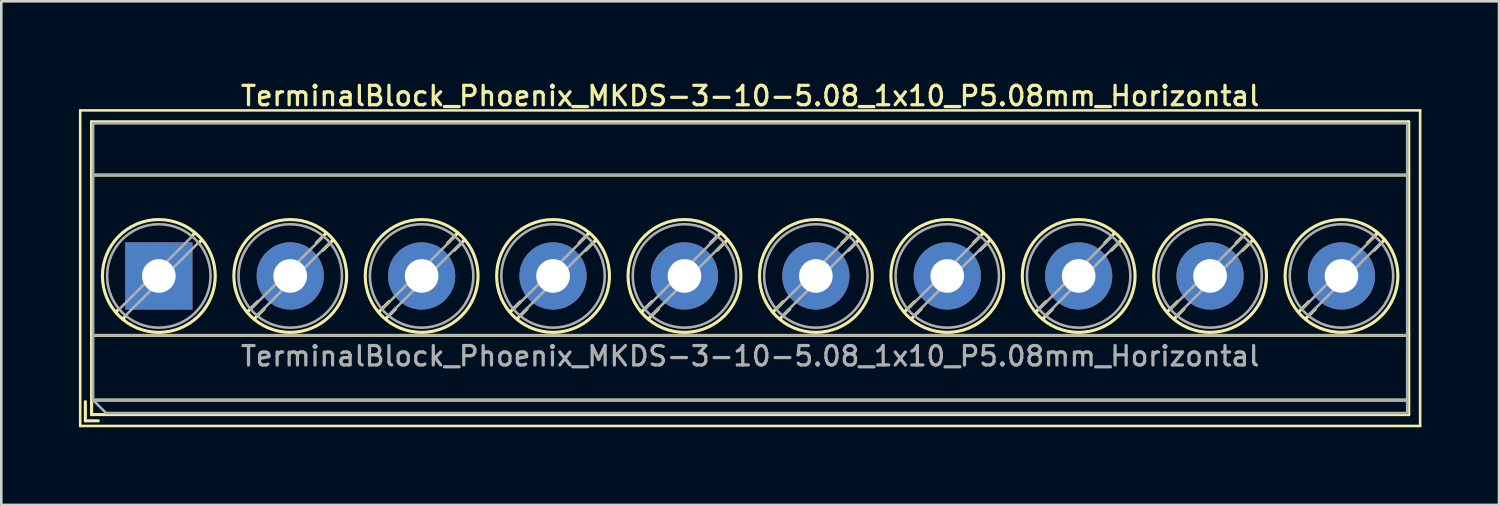
<source format=kicad_pcb>
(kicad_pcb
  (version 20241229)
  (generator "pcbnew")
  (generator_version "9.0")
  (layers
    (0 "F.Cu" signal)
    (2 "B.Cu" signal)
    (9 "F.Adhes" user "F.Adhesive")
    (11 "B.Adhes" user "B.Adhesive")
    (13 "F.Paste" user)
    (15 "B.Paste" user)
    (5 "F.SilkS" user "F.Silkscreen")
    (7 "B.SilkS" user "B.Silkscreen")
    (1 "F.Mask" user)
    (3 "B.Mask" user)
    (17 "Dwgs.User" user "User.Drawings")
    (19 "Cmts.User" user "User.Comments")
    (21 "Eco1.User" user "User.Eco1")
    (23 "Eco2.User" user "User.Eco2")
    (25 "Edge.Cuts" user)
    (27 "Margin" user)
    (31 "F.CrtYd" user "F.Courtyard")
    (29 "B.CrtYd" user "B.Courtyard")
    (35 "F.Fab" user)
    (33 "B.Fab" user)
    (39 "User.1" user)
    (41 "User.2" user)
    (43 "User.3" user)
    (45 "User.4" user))
  (footprint "TerminalBlock_Phoenix_MKDS-3-10-5.08_1x10_P5.08mm_Horizontal"
    (layer "F.Cu")
    (at 3.09 7.618)
    (property "Reference" "TerminalBlock_Phoenix_MKDS-3-10-5.08_1x10_P5.08mm_Horizontal" (at 22.86 -6.96 0) (layer "F.SilkS") (effects (font (size 0.75 0.75) (thickness 0.125))))
    (attr through_hole)
    (fp_line (start -3.04 -6.4) (end -3.04 5.8) (stroke (width 0.1) (type solid)) (layer "F.SilkS"))
    (fp_line (start -3.04 5.8) (end 48.76 5.8) (stroke (width 0.1) (type solid)) (layer "F.SilkS"))
    (fp_line (start -2.84 4.86) (end -2.84 5.6) (stroke (width 0.12) (type solid)) (layer "F.SilkS"))
    (fp_line (start -2.84 5.6) (end -2.34 5.6) (stroke (width 0.12) (type solid)) (layer "F.SilkS"))
    (fp_line (start -2.6 -5.96) (end -2.6 5.36) (stroke (width 0.12) (type solid)) (layer "F.SilkS"))
    (fp_line (start -2.6 -5.96) (end 48.32 -5.96) (stroke (width 0.12) (type solid)) (layer "F.SilkS"))
    (fp_line (start -2.6 -3.9) (end 48.32 -3.9) (stroke (width 0.12) (type solid)) (layer "F.SilkS"))
    (fp_line (start -2.6 2.3) (end 48.32 2.3) (stroke (width 0.12) (type solid)) (layer "F.SilkS"))
    (fp_line (start -2.6 4.8) (end 48.32 4.8) (stroke (width 0.12) (type solid)) (layer "F.SilkS"))
    (fp_line (start -2.6 5.36) (end 48.32 5.36) (stroke (width 0.12) (type solid)) (layer "F.SilkS"))
    (fp_line (start -1.548 1.281) (end -1.654 1.388) (stroke (width 0.12) (type solid)) (layer "F.SilkS"))
    (fp_line (start -1.282 1.547) (end -1.388 1.654) (stroke (width 0.12) (type solid)) (layer "F.SilkS"))
    (fp_line (start 1.388 -1.654) (end 1.281 -1.547) (stroke (width 0.12) (type solid)) (layer "F.SilkS"))
    (fp_line (start 1.654 -1.388) (end 1.547 -1.281) (stroke (width 0.12) (type solid)) (layer "F.SilkS"))
    (fp_line (start 3.822 0.992) (end 3.427 1.388) (stroke (width 0.12) (type solid)) (layer "F.SilkS"))
    (fp_line (start 4.073 1.274) (end 3.693 1.654) (stroke (width 0.12) (type solid)) (layer "F.SilkS"))
    (fp_line (start 6.468 -1.654) (end 6.088 -1.274) (stroke (width 0.12) (type solid)) (layer "F.SilkS"))
    (fp_line (start 6.734 -1.388) (end 6.339 -0.992) (stroke (width 0.12) (type solid)) (layer "F.SilkS"))
    (fp_line (start 8.902 0.992) (end 8.507 1.388) (stroke (width 0.12) (type solid)) (layer "F.SilkS"))
    (fp_line (start 9.153 1.274) (end 8.773 1.654) (stroke (width 0.12) (type solid)) (layer "F.SilkS"))
    (fp_line (start 11.548 -1.654) (end 11.168 -1.274) (stroke (width 0.12) (type solid)) (layer "F.SilkS"))
    (fp_line (start 11.814 -1.388) (end 11.419 -0.992) (stroke (width 0.12) (type solid)) (layer "F.SilkS"))
    (fp_line (start 13.982 0.992) (end 13.587 1.388) (stroke (width 0.12) (type solid)) (layer "F.SilkS"))
    (fp_line (start 14.233 1.274) (end 13.853 1.654) (stroke (width 0.12) (type solid)) (layer "F.SilkS"))
    (fp_line (start 16.628 -1.654) (end 16.248 -1.274) (stroke (width 0.12) (type solid)) (layer "F.SilkS"))
    (fp_line (start 16.894 -1.388) (end 16.499 -0.992) (stroke (width 0.12) (type solid)) (layer "F.SilkS"))
    (fp_line (start 19.062 0.992) (end 18.667 1.388) (stroke (width 0.12) (type solid)) (layer "F.SilkS"))
    (fp_line (start 19.313 1.274) (end 18.933 1.654) (stroke (width 0.12) (type solid)) (layer "F.SilkS"))
    (fp_line (start 21.708 -1.654) (end 21.328 -1.274) (stroke (width 0.12) (type solid)) (layer "F.SilkS"))
    (fp_line (start 21.974 -1.388) (end 21.579 -0.992) (stroke (width 0.12) (type solid)) (layer "F.SilkS"))
    (fp_line (start 24.142 0.992) (end 23.747 1.388) (stroke (width 0.12) (type solid)) (layer "F.SilkS"))
    (fp_line (start 24.393 1.274) (end 24.013 1.654) (stroke (width 0.12) (type solid)) (layer "F.SilkS"))
    (fp_line (start 26.788 -1.654) (end 26.408 -1.274) (stroke (width 0.12) (type solid)) (layer "F.SilkS"))
    (fp_line (start 27.054 -1.388) (end 26.659 -0.992) (stroke (width 0.12) (type solid)) (layer "F.SilkS"))
    (fp_line (start 29.222 0.992) (end 28.827 1.388) (stroke (width 0.12) (type solid)) (layer "F.SilkS"))
    (fp_line (start 29.473 1.274) (end 29.093 1.654) (stroke (width 0.12) (type solid)) (layer "F.SilkS"))
    (fp_line (start 31.868 -1.654) (end 31.488 -1.274) (stroke (width 0.12) (type solid)) (layer "F.SilkS"))
    (fp_line (start 32.134 -1.388) (end 31.739 -0.992) (stroke (width 0.12) (type solid)) (layer "F.SilkS"))
    (fp_line (start 34.302 0.992) (end 33.907 1.388) (stroke (width 0.12) (type solid)) (layer "F.SilkS"))
    (fp_line (start 34.553 1.274) (end 34.173 1.654) (stroke (width 0.12) (type solid)) (layer "F.SilkS"))
    (fp_line (start 36.948 -1.654) (end 36.568 -1.274) (stroke (width 0.12) (type solid)) (layer "F.SilkS"))
    (fp_line (start 37.214 -1.388) (end 36.819 -0.992) (stroke (width 0.12) (type solid)) (layer "F.SilkS"))
    (fp_line (start 39.382 0.992) (end 38.987 1.388) (stroke (width 0.12) (type solid)) (layer "F.SilkS"))
    (fp_line (start 39.633 1.274) (end 39.253 1.654) (stroke (width 0.12) (type solid)) (layer "F.SilkS"))
    (fp_line (start 42.028 -1.654) (end 41.648 -1.274) (stroke (width 0.12) (type solid)) (layer "F.SilkS"))
    (fp_line (start 42.294 -1.388) (end 41.899 -0.992) (stroke (width 0.12) (type solid)) (layer "F.SilkS"))
    (fp_line (start 44.462 0.992) (end 44.067 1.388) (stroke (width 0.12) (type solid)) (layer "F.SilkS"))
    (fp_line (start 44.713 1.274) (end 44.333 1.654) (stroke (width 0.12) (type solid)) (layer "F.SilkS"))
    (fp_line (start 47.108 -1.654) (end 46.728 -1.274) (stroke (width 0.12) (type solid)) (layer "F.SilkS"))
    (fp_line (start 47.374 -1.388) (end 46.979 -0.992) (stroke (width 0.12) (type solid)) (layer "F.SilkS"))
    (fp_line (start 48.32 -5.96) (end 48.32 5.36) (stroke (width 0.12) (type solid)) (layer "F.SilkS"))
    (fp_line (start 48.76 -6.4) (end -3.04 -6.4) (stroke (width 0.1) (type solid)) (layer "F.SilkS"))
    (fp_line (start 48.76 5.8) (end 48.76 -6.4) (stroke (width 0.1) (type solid)) (layer "F.SilkS"))
    (fp_circle (center 0 0) (end 2.18 0) (stroke (width 0.12) (type solid)) (fill no) (layer "F.SilkS"))
    (fp_circle (center 5.08 0) (end 7.26 0) (stroke (width 0.12) (type solid)) (fill no) (layer "F.SilkS"))
    (fp_circle (center 10.16 0) (end 12.34 0) (stroke (width 0.12) (type solid)) (fill no) (layer "F.SilkS"))
    (fp_circle (center 15.24 0) (end 17.42 0) (stroke (width 0.12) (type solid)) (fill no) (layer "F.SilkS"))
    (fp_circle (center 20.32 0) (end 22.5 0) (stroke (width 0.12) (type solid)) (fill no) (layer "F.SilkS"))
    (fp_circle (center 25.4 0) (end 27.58 0) (stroke (width 0.12) (type solid)) (fill no) (layer "F.SilkS"))
    (fp_circle (center 30.48 0) (end 32.66 0) (stroke (width 0.12) (type solid)) (fill no) (layer "F.SilkS"))
    (fp_circle (center 35.56 0) (end 37.74 0) (stroke (width 0.12) (type solid)) (fill no) (layer "F.SilkS"))
    (fp_circle (center 40.64 0) (end 42.82 0) (stroke (width 0.12) (type solid)) (fill no) (layer "F.SilkS"))
    (fp_circle (center 45.72 0) (end 47.9 0) (stroke (width 0.12) (type solid)) (fill no) (layer "F.SilkS"))
    (fp_line (start -2.54 -5.9) (end 48.26 -5.9) (stroke (width 0.1) (type solid)) (layer "F.Fab"))
    (fp_line (start -2.54 -3.9) (end 48.26 -3.9) (stroke (width 0.1) (type solid)) (layer "F.Fab"))
    (fp_line (start -2.54 2.3) (end 48.26 2.3) (stroke (width 0.1) (type solid)) (layer "F.Fab"))
    (fp_line (start -2.54 4.8) (end -2.54 -5.9) (stroke (width 0.1) (type solid)) (layer "F.Fab"))
    (fp_line (start -2.54 4.8) (end 48.26 4.8) (stroke (width 0.1) (type solid)) (layer "F.Fab"))
    (fp_line (start -2.04 5.3) (end -2.54 4.8) (stroke (width 0.1) (type solid)) (layer "F.Fab"))
    (fp_line (start 1.273 -1.517) (end -1.517 1.273) (stroke (width 0.1) (type solid)) (layer "F.Fab"))
    (fp_line (start 1.517 -1.273) (end -1.273 1.517) (stroke (width 0.1) (type solid)) (layer "F.Fab"))
    (fp_line (start 6.353 -1.517) (end 3.564 1.273) (stroke (width 0.1) (type solid)) (layer "F.Fab"))
    (fp_line (start 6.597 -1.273) (end 3.808 1.517) (stroke (width 0.1) (type solid)) (layer "F.Fab"))
    (fp_line (start 11.433 -1.517) (end 8.644 1.273) (stroke (width 0.1) (type solid)) (layer "F.Fab"))
    (fp_line (start 11.677 -1.273) (end 8.888 1.517) (stroke (width 0.1) (type solid)) (layer "F.Fab"))
    (fp_line (start 16.513 -1.517) (end 13.724 1.273) (stroke (width 0.1) (type solid)) (layer "F.Fab"))
    (fp_line (start 16.757 -1.273) (end 13.968 1.517) (stroke (width 0.1) (type solid)) (layer "F.Fab"))
    (fp_line (start 21.593 -1.517) (end 18.804 1.273) (stroke (width 0.1) (type solid)) (layer "F.Fab"))
    (fp_line (start 21.837 -1.273) (end 19.048 1.517) (stroke (width 0.1) (type solid)) (layer "F.Fab"))
    (fp_line (start 26.673 -1.517) (end 23.884 1.273) (stroke (width 0.1) (type solid)) (layer "F.Fab"))
    (fp_line (start 26.917 -1.273) (end 24.128 1.517) (stroke (width 0.1) (type solid)) (layer "F.Fab"))
    (fp_line (start 31.753 -1.517) (end 28.964 1.273) (stroke (width 0.1) (type solid)) (layer "F.Fab"))
    (fp_line (start 31.997 -1.273) (end 29.208 1.517) (stroke (width 0.1) (type solid)) (layer "F.Fab"))
    (fp_line (start 36.833 -1.517) (end 34.044 1.273) (stroke (width 0.1) (type solid)) (layer "F.Fab"))
    (fp_line (start 37.077 -1.273) (end 34.288 1.517) (stroke (width 0.1) (type solid)) (layer "F.Fab"))
    (fp_line (start 41.913 -1.517) (end 39.124 1.273) (stroke (width 0.1) (type solid)) (layer "F.Fab"))
    (fp_line (start 42.157 -1.273) (end 39.368 1.517) (stroke (width 0.1) (type solid)) (layer "F.Fab"))
    (fp_line (start 46.993 -1.517) (end 44.204 1.273) (stroke (width 0.1) (type solid)) (layer "F.Fab"))
    (fp_line (start 47.237 -1.273) (end 44.448 1.517) (stroke (width 0.1) (type solid)) (layer "F.Fab"))
    (fp_line (start 48.26 -5.9) (end 48.26 5.3) (stroke (width 0.1) (type solid)) (layer "F.Fab"))
    (fp_line (start 48.26 5.3) (end -2.04 5.3) (stroke (width 0.1) (type solid)) (layer "F.Fab"))
    (fp_circle (center 0 0) (end 2 0) (stroke (width 0.1) (type solid)) (fill no) (layer "F.Fab"))
    (fp_circle (center 5.08 0) (end 7.08 0) (stroke (width 0.1) (type solid)) (fill no) (layer "F.Fab"))
    (fp_circle (center 10.16 0) (end 12.16 0) (stroke (width 0.1) (type solid)) (fill no) (layer "F.Fab"))
    (fp_circle (center 15.24 0) (end 17.24 0) (stroke (width 0.1) (type solid)) (fill no) (layer "F.Fab"))
    (fp_circle (center 20.32 0) (end 22.32 0) (stroke (width 0.1) (type solid)) (fill no) (layer "F.Fab"))
    (fp_circle (center 25.4 0) (end 27.4 0) (stroke (width 0.1) (type solid)) (fill no) (layer "F.Fab"))
    (fp_circle (center 30.48 0) (end 32.48 0) (stroke (width 0.1) (type solid)) (fill no) (layer "F.Fab"))
    (fp_circle (center 35.56 0) (end 37.56 0) (stroke (width 0.1) (type solid)) (fill no) (layer "F.Fab"))
    (fp_circle (center 40.64 0) (end 42.64 0) (stroke (width 0.1) (type solid)) (fill no) (layer "F.Fab"))
    (fp_circle (center 45.72 0) (end 47.72 0) (stroke (width 0.1) (type solid)) (fill no) (layer "F.Fab"))
    (fp_text user "${REFERENCE}" (at 22.86 3.1 0) (layer "F.Fab") (effects (font (size 0.75 0.75) (thickness 0.125))))
    (pad "1" thru_hole rect (at 0 0) (size 2.6 2.6) (drill 1.3) (layers "*.Cu" "*.Mask"))
    (pad "2" thru_hole circle (at 5.08 0) (size 2.6 2.6) (drill 1.3) (layers "*.Cu" "*.Mask"))
    (pad "3" thru_hole circle (at 10.16 0) (size 2.6 2.6) (drill 1.3) (layers "*.Cu" "*.Mask"))
    (pad "4" thru_hole circle (at 15.24 0) (size 2.6 2.6) (drill 1.3) (layers "*.Cu" "*.Mask"))
    (pad "5" thru_hole circle (at 20.32 0) (size 2.6 2.6) (drill 1.3) (layers "*.Cu" "*.Mask"))
    (pad "6" thru_hole circle (at 25.4 0) (size 2.6 2.6) (drill 1.3) (layers "*.Cu" "*.Mask"))
    (pad "7" thru_hole circle (at 30.48 0) (size 2.6 2.6) (drill 1.3) (layers "*.Cu" "*.Mask"))
    (pad "8" thru_hole circle (at 35.56 0) (size 2.6 2.6) (drill 1.3) (layers "*.Cu" "*.Mask"))
    (pad "9" thru_hole circle (at 40.64 0) (size 2.6 2.6) (drill 1.3) (layers "*.Cu" "*.Mask"))
    (pad "10" thru_hole circle (at 45.72 0) (size 2.6 2.6) (drill 1.3) (layers "*.Cu" "*.Mask")))
  (gr_rect
    (start -3 -3)
    (end 54.9 16.468)
    (stroke (width 0.1) (type default))
    (fill no)
    (layer "Edge.Cuts")))
</source>
